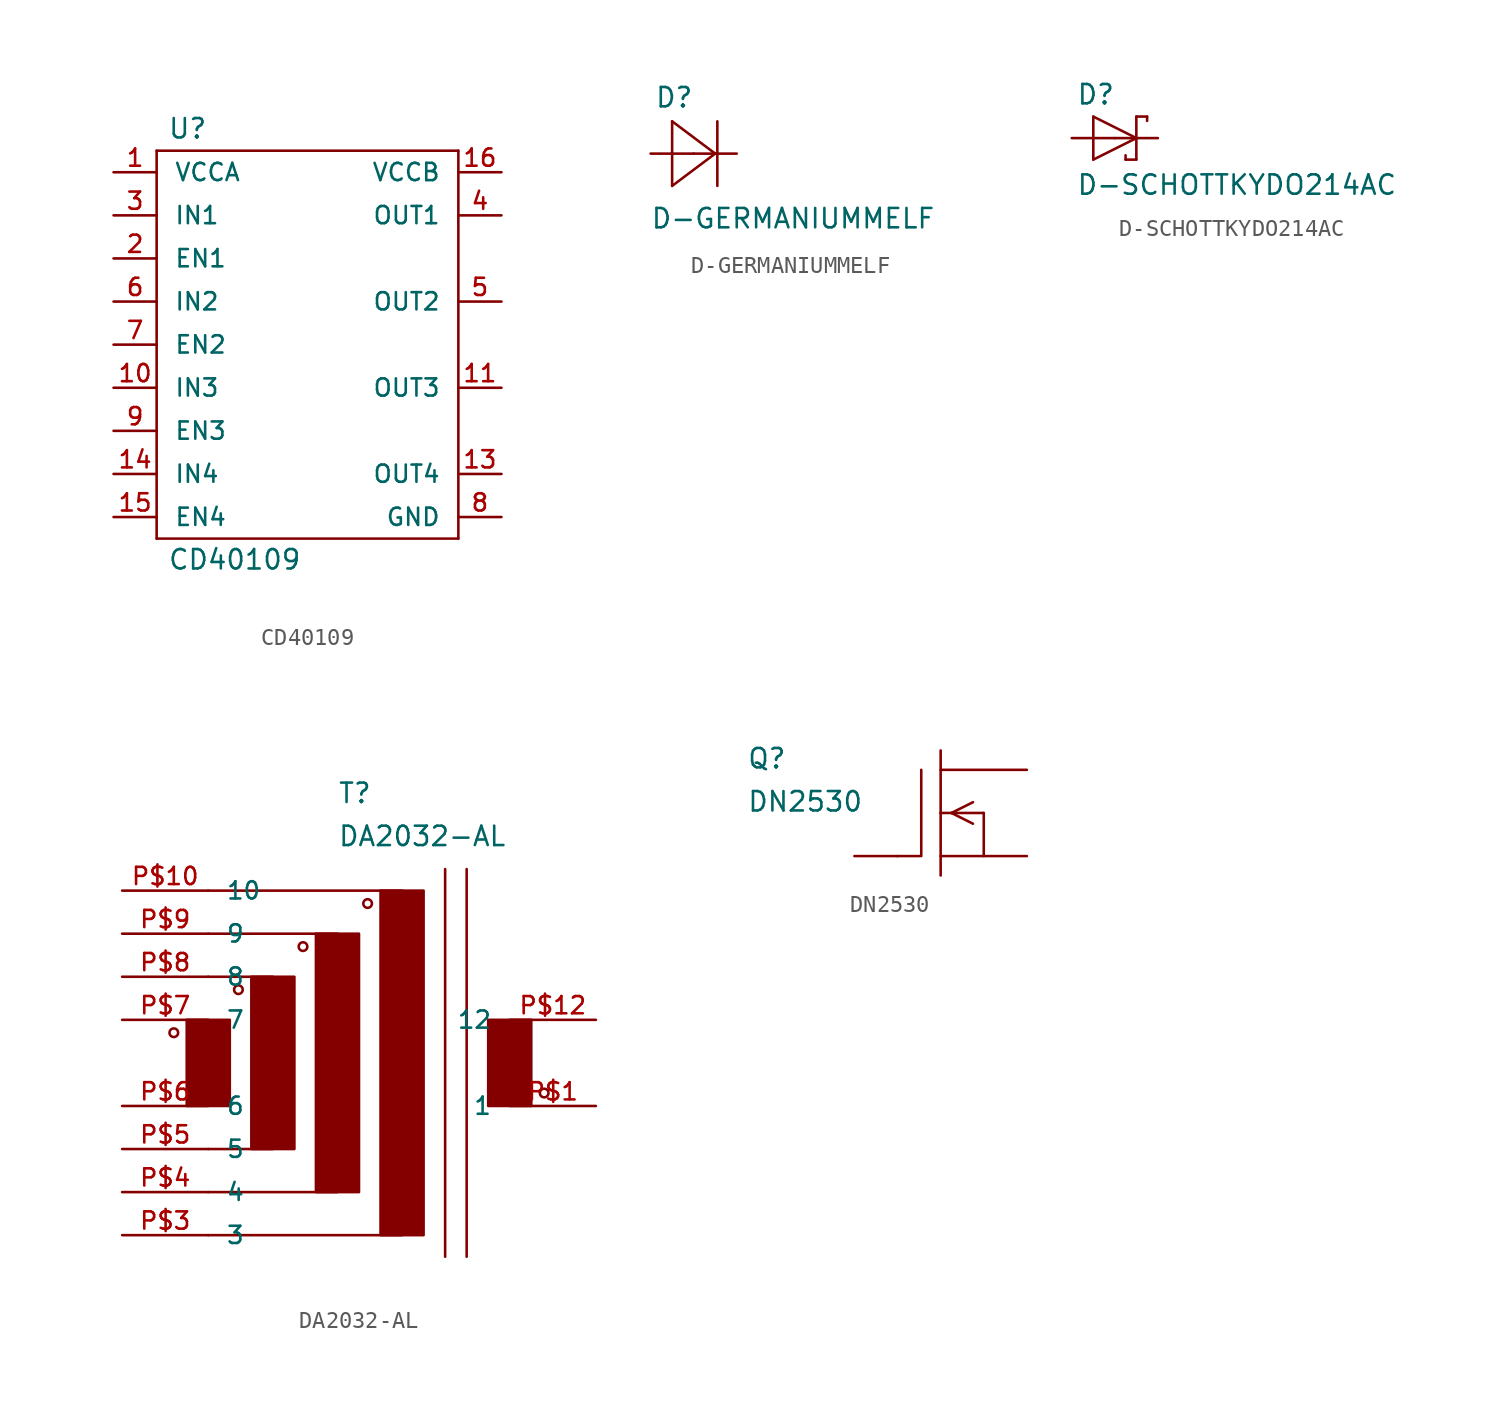
<source format=kicad_sym>
(kicad_symbol_lib
  (version 20211014)
  (generator kicad_symbol_editor)
  (symbol "CD40109"
    (pin_names
      (offset 1.016))
    (property "Reference" "U"
      (at -8.255 12.065 0)
      (effects (font (size 1.143 1.143)) (justify left bottom)))
    (property "Value" "CD40109"
      (at -8.255 -13.335 0)
      (effects (font (size 1.143 1.143)) (justify left bottom)))
    (property "ki_locked" ""
      (at 0 0 0)
      (effects (font (size 1.27 1.27))))
    (symbol "CD40109_1_0"
      (polyline (pts (xy -8.89 -11.43) (xy -8.89 11.43)) (stroke (width 0) (type default) (color 0 0 0 0)) (fill (type none)))
      (polyline (pts (xy -8.89 11.43) (xy 8.89 11.43)) (stroke (width 0) (type default) (color 0 0 0 0)) (fill (type none)))
      (polyline (pts (xy 8.89 -11.43) (xy -8.89 -11.43)) (stroke (width 0) (type default) (color 0 0 0 0)) (fill (type none)))
      (polyline (pts (xy 8.89 11.43) (xy 8.89 -11.43)) (stroke (width 0) (type default) (color 0 0 0 0)) (fill (type none))))
    (symbol "CD40109_1_1"
      (pin bidirectional line (at -11.43 10.16 0) (length 2.54) (name "VCCA" (effects (font (size 1.016 1.016)))) (number "1" (effects (font (size 1.016 1.016)))))
      (pin bidirectional line (at -11.43 -2.54 0) (length 2.54) (name "IN3" (effects (font (size 1.016 1.016)))) (number "10" (effects (font (size 1.016 1.016)))))
      (pin bidirectional line (at 11.43 -2.54 180) (length 2.54) (name "OUT3" (effects (font (size 1.016 1.016)))) (number "11" (effects (font (size 1.016 1.016)))))
      (pin bidirectional line (at 11.43 -7.62 180) (length 2.54) (name "OUT4" (effects (font (size 1.016 1.016)))) (number "13" (effects (font (size 1.016 1.016)))))
      (pin bidirectional line (at -11.43 -7.62 0) (length 2.54) (name "IN4" (effects (font (size 1.016 1.016)))) (number "14" (effects (font (size 1.016 1.016)))))
      (pin bidirectional line (at -11.43 -10.16 0) (length 2.54) (name "EN4" (effects (font (size 1.016 1.016)))) (number "15" (effects (font (size 1.016 1.016)))))
      (pin bidirectional line (at 11.43 10.16 180) (length 2.54) (name "VCCB" (effects (font (size 1.016 1.016)))) (number "16" (effects (font (size 1.016 1.016)))))
      (pin bidirectional line (at -11.43 5.08 0) (length 2.54) (name "EN1" (effects (font (size 1.016 1.016)))) (number "2" (effects (font (size 1.016 1.016)))))
      (pin bidirectional line (at -11.43 7.62 0) (length 2.54) (name "IN1" (effects (font (size 1.016 1.016)))) (number "3" (effects (font (size 1.016 1.016)))))
      (pin bidirectional line (at 11.43 7.62 180) (length 2.54) (name "OUT1" (effects (font (size 1.016 1.016)))) (number "4" (effects (font (size 1.016 1.016)))))
      (pin bidirectional line (at 11.43 2.54 180) (length 2.54) (name "OUT2" (effects (font (size 1.016 1.016)))) (number "5" (effects (font (size 1.016 1.016)))))
      (pin bidirectional line (at -11.43 2.54 0) (length 2.54) (name "IN2" (effects (font (size 1.016 1.016)))) (number "6" (effects (font (size 1.016 1.016)))))
      (pin bidirectional line (at -11.43 0 0) (length 2.54) (name "EN2" (effects (font (size 1.016 1.016)))) (number "7" (effects (font (size 1.016 1.016)))))
      (pin bidirectional line (at 11.43 -10.16 180) (length 2.54) (name "GND" (effects (font (size 1.016 1.016)))) (number "8" (effects (font (size 1.016 1.016)))))
      (pin bidirectional line (at -11.43 -5.08 0) (length 2.54) (name "EN3" (effects (font (size 1.016 1.016)))) (number "9" (effects (font (size 1.016 1.016)))))))
  (symbol "D-GERMANIUMMELF"
    (pin_numbers hide)
    (pin_names
      (offset 1.016) hide)
    (property "Reference" "D"
      (at -2.311 2.642 0)
      (effects (font (size 1.143 1.143)) (justify left bottom)))
    (property "Value" "D-GERMANIUMMELF"
      (at -2.565 -4.496 0)
      (effects (font (size 1.143 1.143)) (justify left bottom)))
    (property "ki_locked" ""
      (at 0 0 0)
      (effects (font (size 1.27 1.27))))
    (symbol "D-GERMANIUMMELF_1_0"
      (polyline (pts (xy -1.27 -1.905) (xy 1.27 0)) (stroke (width 0) (type default) (color 0 0 0 0)) (fill (type none)))
      (polyline (pts (xy -1.27 1.905) (xy -1.27 -1.905)) (stroke (width 0) (type default) (color 0 0 0 0)) (fill (type none)))
      (polyline (pts (xy 1.27 0) (xy -1.27 1.905)) (stroke (width 0) (type default) (color 0 0 0 0)) (fill (type none)))
      (polyline (pts (xy 1.397 1.905) (xy 1.397 -1.905)) (stroke (width 0) (type default) (color 0 0 0 0)) (fill (type none))))
    (symbol "D-GERMANIUMMELF_1_1"
      (pin passive line (at 2.54 0 180) (length 2.54) (name "C" (effects (font (size 1.016 1.016)))) (number "1" (effects (font (size 1.016 1.016)))))
      (pin passive line (at -2.54 0 0) (length 2.54) (name "A" (effects (font (size 1.016 1.016)))) (number "2" (effects (font (size 1.016 1.016)))))))
  (symbol "D-SCHOTTKYDO214AC"
    (pin_numbers hide)
    (pin_names
      (offset 1.016) hide)
    (property "Reference" "D"
      (at -2.286 1.905 0)
      (effects (font (size 1.143 1.143)) (justify left bottom)))
    (property "Value" "D-SCHOTTKYDO214AC"
      (at -2.286 -3.429 0)
      (effects (font (size 1.143 1.143)) (justify left bottom)))
    (property "ki_locked" ""
      (at 0 0 0)
      (effects (font (size 1.27 1.27))))
    (symbol "D-SCHOTTKYDO214AC_1_0"
      (polyline (pts (xy -1.27 -1.27) (xy 1.27 0)) (stroke (width 0) (type default) (color 0 0 0 0)) (fill (type none)))
      (polyline (pts (xy -1.27 1.27) (xy -1.27 -1.27)) (stroke (width 0) (type default) (color 0 0 0 0)) (fill (type none)))
      (polyline (pts (xy 0.635 -1.016) (xy 0.635 -1.27)) (stroke (width 0) (type default) (color 0 0 0 0)) (fill (type none)))
      (polyline (pts (xy 1.27 -1.27) (xy 0.635 -1.27)) (stroke (width 0) (type default) (color 0 0 0 0)) (fill (type none)))
      (polyline (pts (xy 1.27 0) (xy -1.27 1.27)) (stroke (width 0) (type default) (color 0 0 0 0)) (fill (type none)))
      (polyline (pts (xy 1.27 0) (xy 1.27 -1.27)) (stroke (width 0) (type default) (color 0 0 0 0)) (fill (type none)))
      (polyline (pts (xy 1.27 1.27) (xy 1.27 0)) (stroke (width 0) (type default) (color 0 0 0 0)) (fill (type none)))
      (polyline (pts (xy 1.905 1.27) (xy 1.27 1.27)) (stroke (width 0) (type default) (color 0 0 0 0)) (fill (type none)))
      (polyline (pts (xy 1.905 1.27) (xy 1.905 1.016)) (stroke (width 0) (type default) (color 0 0 0 0)) (fill (type none))))
    (symbol "D-SCHOTTKYDO214AC_1_1"
      (pin passive line (at -2.54 0 0) (length 2.54) (name "A" (effects (font (size 1.016 1.016)))) (number "A" (effects (font (size 1.016 1.016)))))
      (pin passive line (at 2.54 0 180) (length 2.54) (name "C" (effects (font (size 1.016 1.016)))) (number "C" (effects (font (size 1.016 1.016)))))))
  (symbol "DA2032-AL"
    (pin_names
      (offset 1.016))
    (property "Reference" "T"
      (at -7.62 15.24 0)
      (effects (font (size 1.143 1.143)) (justify left bottom)))
    (property "Value" "DA2032-AL"
      (at -7.62 12.7 0)
      (effects (font (size 1.143 1.143)) (justify left bottom)))
    (property "ki_locked" ""
      (at 0 0 0)
      (effects (font (size 1.27 1.27))))
    (symbol "DA2032-AL_1_0"
      (polyline (pts (xy -15.24 -10.16) (xy -3.81 -10.16)) (stroke (width 0) (type default) (color 0 0 0 0)) (fill (type none)))
      (polyline (pts (xy -15.24 -7.62) (xy -7.62 -7.62)) (stroke (width 0) (type default) (color 0 0 0 0)) (fill (type none)))
      (polyline (pts (xy -15.24 -5.08) (xy -11.43 -5.08)) (stroke (width 0) (type default) (color 0 0 0 0)) (fill (type none)))
      (polyline (pts (xy -15.24 5.08) (xy -11.43 5.08)) (stroke (width 0) (type default) (color 0 0 0 0)) (fill (type none)))
      (polyline (pts (xy -15.24 7.62) (xy -7.62 7.62)) (stroke (width 0) (type default) (color 0 0 0 0)) (fill (type none)))
      (polyline (pts (xy -15.24 10.16) (xy -3.81 10.16)) (stroke (width 0) (type default) (color 0 0 0 0)) (fill (type none)))
      (polyline (pts (xy -1.27 11.43) (xy -1.27 -11.43)) (stroke (width 0) (type default) (color 0 0 0 0)) (fill (type none)))
      (polyline (pts (xy 0 -11.43) (xy 0 11.43)) (stroke (width 0) (type default) (color 0 0 0 0)) (fill (type none))))
    (symbol "DA2032-AL_1_1"
      (circle (center -17.272 1.778) (radius 0.254) (stroke (width 0) (type default) (color 0 0 0 0)) (fill (type none)))
      (rectangle (start -16.51 -2.54) (end -13.97 2.54) (stroke (width 0) (type default) (color 0 0 0 0)) (fill (type outline)))
      (circle (center -13.462 4.318) (radius 0.254) (stroke (width 0) (type default) (color 0 0 0 0)) (fill (type none)))
      (rectangle (start -12.7 -5.08) (end -10.16 5.08) (stroke (width 0) (type default) (color 0 0 0 0)) (fill (type outline)))
      (circle (center -9.652 6.858) (radius 0.254) (stroke (width 0) (type default) (color 0 0 0 0)) (fill (type none)))
      (rectangle (start -8.89 -7.62) (end -6.35 7.62) (stroke (width 0) (type default) (color 0 0 0 0)) (fill (type outline)))
      (circle (center -5.842 9.398) (radius 0.254) (stroke (width 0) (type default) (color 0 0 0 0)) (fill (type none)))
      (rectangle (start -5.08 -10.16) (end -2.54 10.16) (stroke (width 0) (type default) (color 0 0 0 0)) (fill (type outline)))
      (rectangle (start 1.27 -2.54) (end 3.81 2.54) (stroke (width 0) (type default) (color 0 0 0 0)) (fill (type outline)))
      (circle (center 4.572 -1.778) (radius 0.254) (stroke (width 0) (type default) (color 0 0 0 0)) (fill (type none)))
      (pin passive line (at 7.62 -2.54 180) (length 5.08) (name "1" (effects (font (size 1.016 1.016)))) (number "P$1" (effects (font (size 1.016 1.016)))))
      (pin passive line (at -20.32 10.16 0) (length 5.08) (name "10" (effects (font (size 1.016 1.016)))) (number "P$10" (effects (font (size 1.016 1.016)))))
      (pin passive line (at 7.62 2.54 180) (length 5.08) (name "12" (effects (font (size 1.016 1.016)))) (number "P$12" (effects (font (size 1.016 1.016)))))
      (pin passive line (at -20.32 -10.16 0) (length 5.08) (name "3" (effects (font (size 1.016 1.016)))) (number "P$3" (effects (font (size 1.016 1.016)))))
      (pin passive line (at -20.32 -7.62 0) (length 5.08) (name "4" (effects (font (size 1.016 1.016)))) (number "P$4" (effects (font (size 1.016 1.016)))))
      (pin passive line (at -20.32 -5.08 0) (length 5.08) (name "5" (effects (font (size 1.016 1.016)))) (number "P$5" (effects (font (size 1.016 1.016)))))
      (pin passive line (at -20.32 -2.54 0) (length 5.08) (name "6" (effects (font (size 1.016 1.016)))) (number "P$6" (effects (font (size 1.016 1.016)))))
      (pin passive line (at -20.32 2.54 0) (length 5.08) (name "7" (effects (font (size 1.016 1.016)))) (number "P$7" (effects (font (size 1.016 1.016)))))
      (pin passive line (at -20.32 5.08 0) (length 5.08) (name "8" (effects (font (size 1.016 1.016)))) (number "P$8" (effects (font (size 1.016 1.016)))))
      (pin passive line (at -20.32 7.62 0) (length 5.08) (name "9" (effects (font (size 1.016 1.016)))) (number "P$9" (effects (font (size 1.016 1.016)))))))
  (symbol "DN2530"
    (pin_numbers hide)
    (pin_names
      (offset 1.016) hide)
    (property "Reference" "Q"
      (at -11.43 2.54 0)
      (effects (font (size 1.143 1.143)) (justify left bottom)))
    (property "Value" "DN2530"
      (at -11.43 0 0)
      (effects (font (size 1.143 1.143)) (justify left bottom)))
    (property "ki_locked" ""
      (at 0 0 0)
      (effects (font (size 1.27 1.27))))
    (symbol "DN2530_1_0"
      (polyline (pts (xy -2.54 -2.54) (xy -1.219 -2.54)) (stroke (width 0) (type default) (color 0 0 0 0)) (fill (type none)))
      (polyline (pts (xy -1.143 2.54) (xy -1.143 -2.54)) (stroke (width 0) (type default) (color 0 0 0 0)) (fill (type none)))
      (polyline (pts (xy 0 0) (xy 0 -3.683)) (stroke (width 0) (type default) (color 0 0 0 0)) (fill (type none)))
      (polyline (pts (xy 0 0) (xy 2.54 0)) (stroke (width 0) (type default) (color 0 0 0 0)) (fill (type none)))
      (polyline (pts (xy 0 3.683) (xy 0 0)) (stroke (width 0) (type default) (color 0 0 0 0)) (fill (type none)))
      (polyline (pts (xy 1.905 -0.635) (xy 0.635 0)) (stroke (width 0) (type default) (color 0 0 0 0)) (fill (type none)))
      (polyline (pts (xy 1.905 0.635) (xy 0.635 0)) (stroke (width 0) (type default) (color 0 0 0 0)) (fill (type none)))
      (polyline (pts (xy 2.54 0) (xy 2.54 -2.54)) (stroke (width 0) (type default) (color 0 0 0 0)) (fill (type none))))
    (symbol "DN2530_1_1"
      (pin passive line (at 5.08 2.54 180) (length 5.08) (name "D" (effects (font (size 1.016 1.016)))) (number "1" (effects (font (size 1.016 1.016)))))
      (pin passive line (at -5.08 -2.54 0) (length 2.54) (name "G" (effects (font (size 1.016 1.016)))) (number "2" (effects (font (size 1.016 1.016)))))
      (pin passive line (at 5.08 -2.54 180) (length 5.08) (name "S" (effects (font (size 1.016 1.016)))) (number "3" (effects (font (size 1.016 1.016))))))))
</source>
